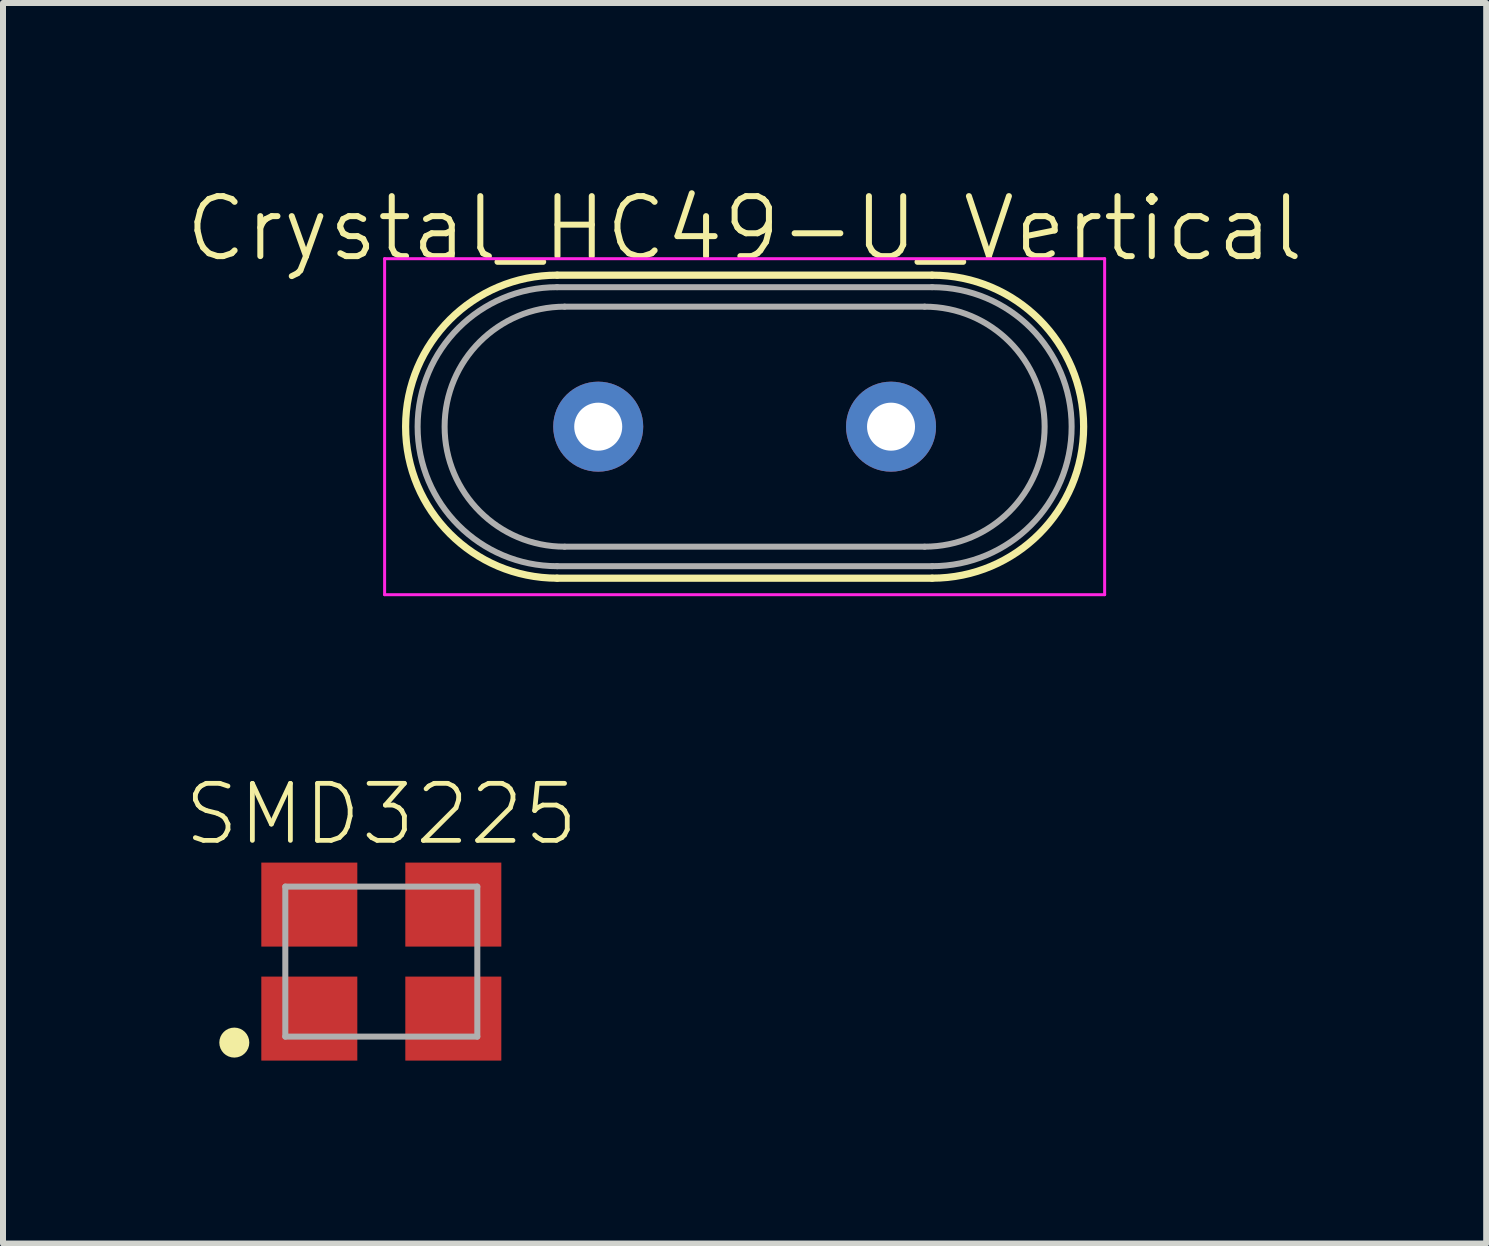
<source format=kicad_pcb>
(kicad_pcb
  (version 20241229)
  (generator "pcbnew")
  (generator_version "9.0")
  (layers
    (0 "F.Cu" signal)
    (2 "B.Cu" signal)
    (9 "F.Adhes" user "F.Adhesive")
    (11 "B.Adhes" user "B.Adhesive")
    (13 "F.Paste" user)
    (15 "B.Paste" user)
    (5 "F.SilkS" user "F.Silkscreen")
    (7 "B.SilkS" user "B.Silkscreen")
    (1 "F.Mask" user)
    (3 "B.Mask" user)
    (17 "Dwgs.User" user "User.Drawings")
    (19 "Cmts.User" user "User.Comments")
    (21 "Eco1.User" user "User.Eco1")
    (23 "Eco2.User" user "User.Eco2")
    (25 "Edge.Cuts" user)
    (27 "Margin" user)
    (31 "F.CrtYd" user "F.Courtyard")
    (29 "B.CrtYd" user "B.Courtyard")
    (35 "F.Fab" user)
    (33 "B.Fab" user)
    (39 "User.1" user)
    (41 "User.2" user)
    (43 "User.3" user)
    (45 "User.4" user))
  (footprint "Crystal_HC49-U_Vertical"
    (layer "F.Cu")
    (at 9.36 4.061)
    (property "Reference" "Crystal_HC49-U_Vertical" (at 0 -3.3 0) (layer "F.SilkS") (effects (font (size 1 1) (thickness 0.1))))
    (attr through_hole)
    (fp_line (start -3.125 -2.525) (end 3.125 -2.525) (stroke (width 0.12) (type solid)) (layer "F.SilkS"))
    (fp_line (start -3.125 2.525) (end 3.125 2.525) (stroke (width 0.12) (type solid)) (layer "F.SilkS"))
    (fp_arc (start -3.125 2.525) (mid -5.65 0) (end -3.125 -2.525) (stroke (width 0.12) (type solid)) (layer "F.SilkS"))
    (fp_arc (start 3.125 -2.525) (mid 5.65 0) (end 3.125 2.525) (stroke (width 0.12) (type solid)) (layer "F.SilkS"))
    (fp_line (start -6 -2.8) (end -6 2.8) (stroke (width 0.05) (type solid)) (layer "F.CrtYd"))
    (fp_line (start -6 2.8) (end 6 2.8) (stroke (width 0.05) (type solid)) (layer "F.CrtYd"))
    (fp_line (start 6 -2.8) (end -6 -2.8) (stroke (width 0.05) (type solid)) (layer "F.CrtYd"))
    (fp_line (start 6 2.8) (end 6 -2.8) (stroke (width 0.05) (type solid)) (layer "F.CrtYd"))
    (fp_line (start -3.125 -2.325) (end 3.125 -2.325) (stroke (width 0.1) (type solid)) (layer "F.Fab"))
    (fp_line (start -3.125 2.325) (end 3.125 2.325) (stroke (width 0.1) (type solid)) (layer "F.Fab"))
    (fp_line (start -3 -2) (end 3 -2) (stroke (width 0.1) (type solid)) (layer "F.Fab"))
    (fp_line (start -3 2) (end 3 2) (stroke (width 0.1) (type solid)) (layer "F.Fab"))
    (fp_arc (start -3.125 2.325) (mid -5.45 0) (end -3.125 -2.325) (stroke (width 0.1) (type solid)) (layer "F.Fab"))
    (fp_arc (start -3 2) (mid -5 0) (end -3 -2) (stroke (width 0.1) (type solid)) (layer "F.Fab"))
    (fp_arc (start 3 -2) (mid 5 0) (end 3 2) (stroke (width 0.1) (type solid)) (layer "F.Fab"))
    (fp_arc (start 3.125 -2.325) (mid 5.45 0) (end 3.125 2.325) (stroke (width 0.1) (type solid)) (layer "F.Fab"))
    (pad "1" thru_hole circle (at -2.44 0) (size 1.5 1.5) (drill 0.8) (layers "*.Cu" "*.Mask"))
    (pad "2" thru_hole circle (at 2.44 0) (size 1.5 1.5) (drill 0.8) (layers "*.Cu" "*.Mask")))
  (footprint "SMD3225"
    (layer "F.Cu")
    (at 3.305 12.976)
    (property "Reference" "SMD3225" (at 0 -1.9 0) (layer "F.SilkS") (effects (font (size 0.95 0.95) (thickness 0.08)) (justify bottom)))
    (attr through_hole)
    (fp_poly (pts (xy -2.05 -0.2) (xy -0.35 -0.2) (xy -0.35 -1.7) (xy -2.05 -1.7)) (stroke (width 0) (type solid)) (fill yes) (layer "F.Mask"))
    (fp_poly (pts (xy -2.05 1.7) (xy -0.35 1.7) (xy -0.35 0.2) (xy -2.05 0.2)) (stroke (width 0) (type solid)) (fill yes) (layer "F.Mask"))
    (fp_poly (pts (xy 0.35 -0.2) (xy 2.05 -0.2) (xy 2.05 -1.7) (xy 0.35 -1.7)) (stroke (width 0) (type solid)) (fill yes) (layer "F.Mask"))
    (fp_poly (pts (xy 0.35 1.7) (xy 2.05 1.7) (xy 2.05 0.2) (xy 0.35 0.2)) (stroke (width 0) (type solid)) (fill yes) (layer "F.Mask"))
    (fp_circle (center -2.45 1.35) (end -2.325 1.35) (stroke (width 0.25) (type solid)) (fill no) (layer "F.SilkS"))
    (fp_line (start -1.6 -1.25) (end 1.6 -1.25) (stroke (width 0.1) (type solid)) (layer "F.Fab"))
    (fp_line (start -1.6 1.25) (end -1.6 -1.25) (stroke (width 0.1) (type solid)) (layer "F.Fab"))
    (fp_line (start 1.6 -1.25) (end 1.6 1.25) (stroke (width 0.1) (type solid)) (layer "F.Fab"))
    (fp_line (start 1.6 1.25) (end -1.6 1.25) (stroke (width 0.1) (type solid)) (layer "F.Fab"))
    (pad "1" smd rect (at -1.2 0.95) (size 1.6 1.4) (layers "F.Cu" "F.Mask" "F.Paste"))
    (pad "2" smd rect (at 1.2 0.95) (size 1.6 1.4) (layers "F.Cu" "F.Mask" "F.Paste"))
    (pad "3" smd rect (at 1.2 -0.95) (size 1.6 1.4) (layers "F.Cu" "F.Mask" "F.Paste"))
    (pad "4" smd rect (at -1.2 -0.95) (size 1.6 1.4) (layers "F.Cu" "F.Mask" "F.Paste")))
  (gr_rect
    (start -3 -3)
    (end 21.719 17.675)
    (stroke (width 0.1) (type default))
    (fill no)
    (layer "Edge.Cuts")))
</source>
